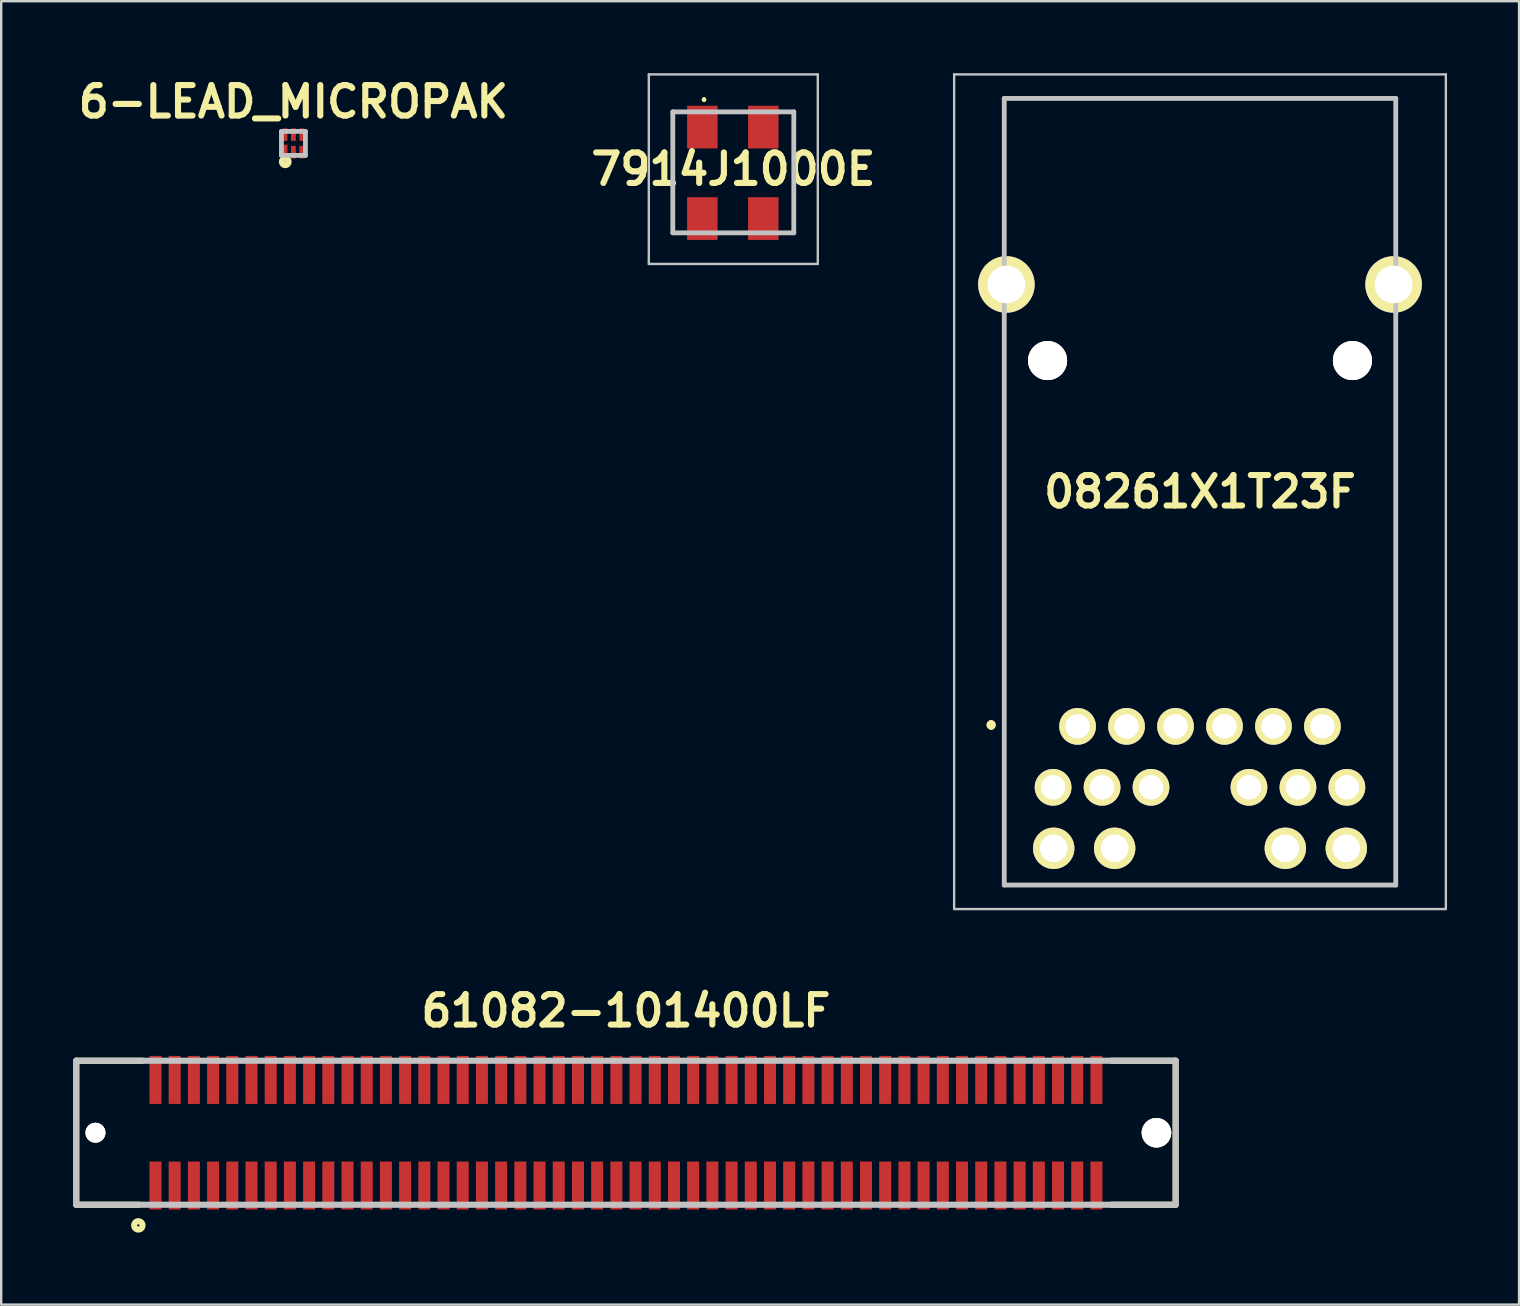
<source format=kicad_pcb>
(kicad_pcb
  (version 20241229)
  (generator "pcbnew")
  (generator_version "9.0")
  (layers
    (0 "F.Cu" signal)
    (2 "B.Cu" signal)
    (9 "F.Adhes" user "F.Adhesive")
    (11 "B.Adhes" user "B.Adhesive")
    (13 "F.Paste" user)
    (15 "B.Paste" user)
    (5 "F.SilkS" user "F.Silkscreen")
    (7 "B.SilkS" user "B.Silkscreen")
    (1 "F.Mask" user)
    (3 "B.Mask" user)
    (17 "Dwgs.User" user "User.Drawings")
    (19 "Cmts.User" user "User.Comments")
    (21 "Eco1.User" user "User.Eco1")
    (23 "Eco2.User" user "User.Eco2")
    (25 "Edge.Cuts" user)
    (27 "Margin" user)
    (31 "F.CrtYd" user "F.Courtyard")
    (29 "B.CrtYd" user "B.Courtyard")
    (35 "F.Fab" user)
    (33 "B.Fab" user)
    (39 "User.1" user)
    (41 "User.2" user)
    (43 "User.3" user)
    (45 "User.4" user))
  (footprint "61082-101400LF"
    (layer "F.Cu")
    (at 23.027 44.139)
    (property "Reference" "61082-101400LF" (at 0 -5.08 0) (layer "F.SilkS") (effects (font (size 1.27 1.27) (thickness 0.254))))
    (attr through_hole)
    (fp_line (start -22.9 -3) (end -22.9 3) (stroke (width 0.254) (type solid)) (layer "F.SilkS"))
    (fp_line (start -22.9 -3) (end -20.14 -3) (stroke (width 0.254) (type solid)) (layer "F.SilkS"))
    (fp_line (start -22.9 3) (end -20.274 3) (stroke (width 0.254) (type solid)) (layer "F.SilkS"))
    (fp_line (start 22.9 -3) (end 20.233 -3) (stroke (width 0.254) (type solid)) (layer "F.SilkS"))
    (fp_line (start 22.9 -3) (end 22.9 3) (stroke (width 0.254) (type solid)) (layer "F.SilkS"))
    (fp_line (start 22.9 3) (end 20.233 3) (stroke (width 0.254) (type solid)) (layer "F.SilkS"))
    (fp_circle (center -20.314 3.86) (end -20.488 3.86) (stroke (width 0.254) (type solid)) (fill no) (layer "F.SilkS"))
    (fp_line (start -22.9 -3) (end 22.9 -3) (stroke (width 0.254) (type solid)) (layer "Dwgs.User"))
    (fp_line (start -22.9 3) (end -22.9 -3) (stroke (width 0.254) (type solid)) (layer "Dwgs.User"))
    (fp_line (start 22.9 -3) (end 22.9 3) (stroke (width 0.254) (type solid)) (layer "Dwgs.User"))
    (fp_line (start 22.9 3) (end -22.9 3) (stroke (width 0.254) (type solid)) (layer "Dwgs.User"))
    (pad "1" smd rect (at 19.6 -2.2) (size 0.5 2) (layers "F.Cu" "F.Mask" "F.Paste"))
    (pad "2" smd rect (at 19.6 2.2) (size 0.5 2) (layers "F.Cu" "F.Mask" "F.Paste"))
    (pad "3" smd rect (at 18.8 -2.2) (size 0.5 2) (layers "F.Cu" "F.Mask" "F.Paste"))
    (pad "4" smd rect (at 18.8 2.2) (size 0.5 2) (layers "F.Cu" "F.Mask" "F.Paste"))
    (pad "5" smd rect (at 18 -2.2) (size 0.5 2) (layers "F.Cu" "F.Mask" "F.Paste"))
    (pad "6" smd rect (at 18 2.2) (size 0.5 2) (layers "F.Cu" "F.Mask" "F.Paste"))
    (pad "7" smd rect (at 17.2 -2.2) (size 0.5 2) (layers "F.Cu" "F.Mask" "F.Paste"))
    (pad "8" smd rect (at 17.2 2.2) (size 0.5 2) (layers "F.Cu" "F.Mask" "F.Paste"))
    (pad "9" smd rect (at 16.4 -2.2) (size 0.5 2) (layers "F.Cu" "F.Mask" "F.Paste"))
    (pad "10" smd rect (at 16.4 2.2) (size 0.5 2) (layers "F.Cu" "F.Mask" "F.Paste"))
    (pad "11" smd rect (at 15.6 -2.2) (size 0.5 2) (layers "F.Cu" "F.Mask" "F.Paste"))
    (pad "12" smd rect (at 15.6 2.2) (size 0.5 2) (layers "F.Cu" "F.Mask" "F.Paste"))
    (pad "13" smd rect (at 14.8 -2.2) (size 0.5 2) (layers "F.Cu" "F.Mask" "F.Paste"))
    (pad "14" smd rect (at 14.8 2.2) (size 0.5 2) (layers "F.Cu" "F.Mask" "F.Paste"))
    (pad "15" smd rect (at 14 -2.2) (size 0.5 2) (layers "F.Cu" "F.Mask" "F.Paste"))
    (pad "16" smd rect (at 14 2.2) (size 0.5 2) (layers "F.Cu" "F.Mask" "F.Paste"))
    (pad "17" smd rect (at 13.2 -2.2) (size 0.5 2) (layers "F.Cu" "F.Mask" "F.Paste"))
    (pad "18" smd rect (at 13.2 2.2) (size 0.5 2) (layers "F.Cu" "F.Mask" "F.Paste"))
    (pad "19" smd rect (at 12.4 -2.2) (size 0.5 2) (layers "F.Cu" "F.Mask" "F.Paste"))
    (pad "20" smd rect (at 12.4 2.2) (size 0.5 2) (layers "F.Cu" "F.Mask" "F.Paste"))
    (pad "21" smd rect (at 11.6 -2.2) (size 0.5 2) (layers "F.Cu" "F.Mask" "F.Paste"))
    (pad "22" smd rect (at 11.6 2.2) (size 0.5 2) (layers "F.Cu" "F.Mask" "F.Paste"))
    (pad "23" smd rect (at 10.8 -2.2) (size 0.5 2) (layers "F.Cu" "F.Mask" "F.Paste"))
    (pad "24" smd rect (at 10.8 2.2) (size 0.5 2) (layers "F.Cu" "F.Mask" "F.Paste"))
    (pad "25" smd rect (at 10 -2.2) (size 0.5 2) (layers "F.Cu" "F.Mask" "F.Paste"))
    (pad "26" smd rect (at 10 2.2) (size 0.5 2) (layers "F.Cu" "F.Mask" "F.Paste"))
    (pad "27" smd rect (at 9.2 -2.2) (size 0.5 2) (layers "F.Cu" "F.Mask" "F.Paste"))
    (pad "28" smd rect (at 9.2 2.2) (size 0.5 2) (layers "F.Cu" "F.Mask" "F.Paste"))
    (pad "29" smd rect (at 8.4 -2.2) (size 0.5 2) (layers "F.Cu" "F.Mask" "F.Paste"))
    (pad "30" smd rect (at 8.4 2.2) (size 0.5 2) (layers "F.Cu" "F.Mask" "F.Paste"))
    (pad "31" smd rect (at 7.6 -2.2) (size 0.5 2) (layers "F.Cu" "F.Mask" "F.Paste"))
    (pad "32" smd rect (at 7.6 2.2) (size 0.5 2) (layers "F.Cu" "F.Mask" "F.Paste"))
    (pad "33" smd rect (at 6.8 -2.2) (size 0.5 2) (layers "F.Cu" "F.Mask" "F.Paste"))
    (pad "34" smd rect (at 6.8 2.2) (size 0.5 2) (layers "F.Cu" "F.Mask" "F.Paste"))
    (pad "35" smd rect (at 6 -2.2) (size 0.5 2) (layers "F.Cu" "F.Mask" "F.Paste"))
    (pad "36" smd rect (at 6 2.2) (size 0.5 2) (layers "F.Cu" "F.Mask" "F.Paste"))
    (pad "37" smd rect (at 5.2 -2.2) (size 0.5 2) (layers "F.Cu" "F.Mask" "F.Paste"))
    (pad "38" smd rect (at 5.2 2.2) (size 0.5 2) (layers "F.Cu" "F.Mask" "F.Paste"))
    (pad "39" smd rect (at 4.4 -2.2) (size 0.5 2) (layers "F.Cu" "F.Mask" "F.Paste"))
    (pad "40" smd rect (at 4.4 2.2) (size 0.5 2) (layers "F.Cu" "F.Mask" "F.Paste"))
    (pad "41" smd rect (at 3.6 -2.2) (size 0.5 2) (layers "F.Cu" "F.Mask" "F.Paste"))
    (pad "42" smd rect (at 3.6 2.2) (size 0.5 2) (layers "F.Cu" "F.Mask" "F.Paste"))
    (pad "43" smd rect (at 2.8 -2.2) (size 0.5 2) (layers "F.Cu" "F.Mask" "F.Paste"))
    (pad "44" smd rect (at 2.8 2.2) (size 0.5 2) (layers "F.Cu" "F.Mask" "F.Paste"))
    (pad "45" smd rect (at 2 -2.2) (size 0.5 2) (layers "F.Cu" "F.Mask" "F.Paste"))
    (pad "46" smd rect (at 2 2.2) (size 0.5 2) (layers "F.Cu" "F.Mask" "F.Paste"))
    (pad "47" smd rect (at 1.2 -2.2) (size 0.5 2) (layers "F.Cu" "F.Mask" "F.Paste"))
    (pad "48" smd rect (at 1.2 2.2) (size 0.5 2) (layers "F.Cu" "F.Mask" "F.Paste"))
    (pad "49" smd rect (at 0.4 -2.2) (size 0.5 2) (layers "F.Cu" "F.Mask" "F.Paste"))
    (pad "50" smd rect (at 0.4 2.2) (size 0.5 2) (layers "F.Cu" "F.Mask" "F.Paste"))
    (pad "51" smd rect (at -0.4 -2.2) (size 0.5 2) (layers "F.Cu" "F.Mask" "F.Paste"))
    (pad "52" smd rect (at -0.4 2.2) (size 0.5 2) (layers "F.Cu" "F.Mask" "F.Paste"))
    (pad "53" smd rect (at -1.2 -2.2) (size 0.5 2) (layers "F.Cu" "F.Mask" "F.Paste"))
    (pad "54" smd rect (at -1.2 2.2) (size 0.5 2) (layers "F.Cu" "F.Mask" "F.Paste"))
    (pad "55" smd rect (at -2 -2.2) (size 0.5 2) (layers "F.Cu" "F.Mask" "F.Paste"))
    (pad "56" smd rect (at -2 2.2) (size 0.5 2) (layers "F.Cu" "F.Mask" "F.Paste"))
    (pad "57" smd rect (at -2.8 -2.2) (size 0.5 2) (layers "F.Cu" "F.Mask" "F.Paste"))
    (pad "58" smd rect (at -2.8 2.2) (size 0.5 2) (layers "F.Cu" "F.Mask" "F.Paste"))
    (pad "59" smd rect (at -3.6 -2.2) (size 0.5 2) (layers "F.Cu" "F.Mask" "F.Paste"))
    (pad "60" smd rect (at -3.6 2.2) (size 0.5 2) (layers "F.Cu" "F.Mask" "F.Paste"))
    (pad "61" smd rect (at -4.4 -2.2) (size 0.5 2) (layers "F.Cu" "F.Mask" "F.Paste"))
    (pad "62" smd rect (at -4.4 2.2) (size 0.5 2) (layers "F.Cu" "F.Mask" "F.Paste"))
    (pad "63" smd rect (at -5.2 -2.2) (size 0.5 2) (layers "F.Cu" "F.Mask" "F.Paste"))
    (pad "64" smd rect (at -5.2 2.2) (size 0.5 2) (layers "F.Cu" "F.Mask" "F.Paste"))
    (pad "65" smd rect (at -6 -2.2) (size 0.5 2) (layers "F.Cu" "F.Mask" "F.Paste"))
    (pad "66" smd rect (at -6 2.2) (size 0.5 2) (layers "F.Cu" "F.Mask" "F.Paste"))
    (pad "67" smd rect (at -6.8 -2.2) (size 0.5 2) (layers "F.Cu" "F.Mask" "F.Paste"))
    (pad "68" smd rect (at -6.8 2.2) (size 0.5 2) (layers "F.Cu" "F.Mask" "F.Paste"))
    (pad "69" smd rect (at -7.6 -2.2) (size 0.5 2) (layers "F.Cu" "F.Mask" "F.Paste"))
    (pad "70" smd rect (at -7.6 2.2) (size 0.5 2) (layers "F.Cu" "F.Mask" "F.Paste"))
    (pad "71" smd rect (at -8.4 -2.2) (size 0.5 2) (layers "F.Cu" "F.Mask" "F.Paste"))
    (pad "72" smd rect (at -8.4 2.2) (size 0.5 2) (layers "F.Cu" "F.Mask" "F.Paste"))
    (pad "73" smd rect (at -9.2 -2.2) (size 0.5 2) (layers "F.Cu" "F.Mask" "F.Paste"))
    (pad "74" smd rect (at -9.2 2.2) (size 0.5 2) (layers "F.Cu" "F.Mask" "F.Paste"))
    (pad "75" smd rect (at -10 -2.2) (size 0.5 2) (layers "F.Cu" "F.Mask" "F.Paste"))
    (pad "76" smd rect (at -10 2.2) (size 0.5 2) (layers "F.Cu" "F.Mask" "F.Paste"))
    (pad "77" smd rect (at -10.8 -2.2) (size 0.5 2) (layers "F.Cu" "F.Mask" "F.Paste"))
    (pad "78" smd rect (at -10.8 2.2) (size 0.5 2) (layers "F.Cu" "F.Mask" "F.Paste"))
    (pad "79" smd rect (at -11.6 -2.2) (size 0.5 2) (layers "F.Cu" "F.Mask" "F.Paste"))
    (pad "80" smd rect (at -11.6 2.2) (size 0.5 2) (layers "F.Cu" "F.Mask" "F.Paste"))
    (pad "81" smd rect (at -12.4 -2.2) (size 0.5 2) (layers "F.Cu" "F.Mask" "F.Paste"))
    (pad "82" smd rect (at -12.4 2.2) (size 0.5 2) (layers "F.Cu" "F.Mask" "F.Paste"))
    (pad "83" smd rect (at -13.2 -2.2) (size 0.5 2) (layers "F.Cu" "F.Mask" "F.Paste"))
    (pad "84" smd rect (at -13.2 2.2) (size 0.5 2) (layers "F.Cu" "F.Mask" "F.Paste"))
    (pad "85" smd rect (at -14 -2.2) (size 0.5 2) (layers "F.Cu" "F.Mask" "F.Paste"))
    (pad "86" smd rect (at -14 2.2) (size 0.5 2) (layers "F.Cu" "F.Mask" "F.Paste"))
    (pad "87" smd rect (at -14.8 -2.2) (size 0.5 2) (layers "F.Cu" "F.Mask" "F.Paste"))
    (pad "88" smd rect (at -14.8 2.2) (size 0.5 2) (layers "F.Cu" "F.Mask" "F.Paste"))
    (pad "89" smd rect (at -15.6 -2.2) (size 0.5 2) (layers "F.Cu" "F.Mask" "F.Paste"))
    (pad "90" smd rect (at -15.6 2.2) (size 0.5 2) (layers "F.Cu" "F.Mask" "F.Paste"))
    (pad "91" smd rect (at -16.4 -2.2) (size 0.5 2) (layers "F.Cu" "F.Mask" "F.Paste"))
    (pad "92" smd rect (at -16.4 2.2) (size 0.5 2) (layers "F.Cu" "F.Mask" "F.Paste"))
    (pad "93" smd rect (at -17.2 -2.2) (size 0.5 2) (layers "F.Cu" "F.Mask" "F.Paste"))
    (pad "94" smd rect (at -17.2 2.2) (size 0.5 2) (layers "F.Cu" "F.Mask" "F.Paste"))
    (pad "95" smd rect (at -18 -2.2) (size 0.5 2) (layers "F.Cu" "F.Mask" "F.Paste"))
    (pad "96" smd rect (at -18 2.2) (size 0.5 2) (layers "F.Cu" "F.Mask" "F.Paste"))
    (pad "97" smd rect (at -18.8 -2.2) (size 0.5 2) (layers "F.Cu" "F.Mask" "F.Paste"))
    (pad "98" smd rect (at -18.8 2.2) (size 0.5 2) (layers "F.Cu" "F.Mask" "F.Paste"))
    (pad "99" smd rect (at -19.6 -2.2) (size 0.5 2) (layers "F.Cu" "F.Mask" "F.Paste"))
    (pad "100" smd rect (at -19.6 2.2) (size 0.5 2) (layers "F.Cu" "F.Mask" "F.Paste"))
    (pad "101" thru_hole circle (at 22.1 0 90) (size 1.23 1.23) (drill 1.23) (layers "*.Cu" "*.Mask" "F.SilkS"))
    (pad "102" thru_hole circle (at -22.1 0 90) (size 0.83 0.83) (drill 0.83) (layers "*.Cu" "*.Mask" "F.SilkS")))
  (footprint "7914J1000E"
    (layer "F.Cu")
    (at 27.499 3.85)
    (property "Reference" "7914J1000E" (at 0 0.147 0) (layer "F.SilkS") (effects (font (size 1.27 1.27) (thickness 0.254))))
    (attr smd)
    (fp_line (start -2.52 -2.24) (end -2.52 2.8) (stroke (width 0.1) (type solid)) (layer "F.SilkS"))
    (fp_line (start -2.52 2.8) (end -2.22 2.8) (stroke (width 0.1) (type solid)) (layer "F.SilkS"))
    (fp_line (start -2.22 -2.24) (end -2.52 -2.24) (stroke (width 0.1) (type solid)) (layer "F.SilkS"))
    (fp_line (start -1.22 -2.8) (end -1.22 -2.8) (stroke (width 0.1) (type solid)) (layer "F.SilkS"))
    (fp_line (start -1.22 -2.7) (end -1.22 -2.7) (stroke (width 0.1) (type solid)) (layer "F.SilkS"))
    (fp_line (start 2.08 -2.24) (end 2.18 -2.24) (stroke (width 0.1) (type solid)) (layer "F.SilkS"))
    (fp_line (start 2.08 2.8) (end 2.52 2.8) (stroke (width 0.1) (type solid)) (layer "F.SilkS"))
    (fp_line (start 2.52 -2.24) (end 2.18 -2.24) (stroke (width 0.1) (type solid)) (layer "F.SilkS"))
    (fp_line (start 2.52 2.8) (end 2.52 -2.24) (stroke (width 0.1) (type solid)) (layer "F.SilkS"))
    (fp_arc (start -1.22 -2.8) (mid -1.17 -2.75) (end -1.22 -2.7) (stroke (width 0.1) (type solid)) (layer "F.SilkS"))
    (fp_arc (start -1.22 -2.7) (mid -1.27 -2.75) (end -1.22 -2.8) (stroke (width 0.1) (type solid)) (layer "F.SilkS"))
    (fp_line (start -3.52 -3.8) (end 3.52 -3.8) (stroke (width 0.1) (type solid)) (layer "Dwgs.User"))
    (fp_line (start -3.52 4.095) (end -3.52 -3.8) (stroke (width 0.1) (type solid)) (layer "Dwgs.User"))
    (fp_line (start -2.52 -2.24) (end 2.52 -2.24) (stroke (width 0.2) (type solid)) (layer "Dwgs.User"))
    (fp_line (start -2.52 2.8) (end -2.52 -2.24) (stroke (width 0.2) (type solid)) (layer "Dwgs.User"))
    (fp_line (start 2.52 -2.24) (end 2.52 2.8) (stroke (width 0.2) (type solid)) (layer "Dwgs.User"))
    (fp_line (start 2.52 2.8) (end -2.52 2.8) (stroke (width 0.2) (type solid)) (layer "Dwgs.User"))
    (fp_line (start 3.52 -3.8) (end 3.52 4.095) (stroke (width 0.1) (type solid)) (layer "Dwgs.User"))
    (fp_line (start 3.52 4.095) (end -3.52 4.095) (stroke (width 0.1) (type solid)) (layer "Dwgs.User"))
    (pad "1" smd rect (at -1.29 -1.605 90) (size 1.78 1.27) (layers "F.Cu" "F.Mask" "F.Paste"))
    (pad "2" smd rect (at -1.29 2.205 90) (size 1.78 1.27) (layers "F.Cu" "F.Mask" "F.Paste"))
    (pad "3" smd rect (at 1.25 -1.605 90) (size 1.78 1.27) (layers "F.Cu" "F.Mask" "F.Paste"))
    (pad "4" smd rect (at 1.25 2.205 90) (size 1.78 1.27) (layers "F.Cu" "F.Mask" "F.Paste")))
  (footprint "08261X1T23F"
    (layer "F.Cu")
    (at 46.941 17.435)
    (property "Reference" "08261X1T23F" (at 0 0 0) (layer "F.SilkS") (effects (font (size 1.27 1.27) (thickness 0.254))))
    (attr through_hole)
    (fp_line (start -8.7 9.615) (end -8.7 9.615) (stroke (width 0.2) (type solid)) (layer "F.SilkS"))
    (fp_line (start -8.7 9.815) (end -8.7 9.815) (stroke (width 0.2) (type solid)) (layer "F.SilkS"))
    (fp_line (start -8.155 -16.385) (end 8.155 -16.385) (stroke (width 0.1) (type solid)) (layer "F.SilkS"))
    (fp_line (start -8.155 -11.305) (end -8.155 -16.385) (stroke (width 0.1) (type solid)) (layer "F.SilkS"))
    (fp_line (start -8.155 -6.225) (end -8.155 16.385) (stroke (width 0.1) (type solid)) (layer "F.SilkS"))
    (fp_line (start -8.155 16.385) (end 8.155 16.385) (stroke (width 0.1) (type solid)) (layer "F.SilkS"))
    (fp_line (start 8.155 -16.385) (end 8.155 -11.305) (stroke (width 0.1) (type solid)) (layer "F.SilkS"))
    (fp_line (start 8.155 16.385) (end 8.155 -6.225) (stroke (width 0.1) (type solid)) (layer "F.SilkS"))
    (fp_arc (start -8.7 9.615) (mid -8.6 9.715) (end -8.7 9.815) (stroke (width 0.2) (type solid)) (layer "F.SilkS"))
    (fp_arc (start -8.7 9.815) (mid -8.8 9.715) (end -8.7 9.615) (stroke (width 0.2) (type solid)) (layer "F.SilkS"))
    (fp_line (start -10.242 -17.385) (end 10.242 -17.385) (stroke (width 0.1) (type solid)) (layer "Dwgs.User"))
    (fp_line (start -10.242 17.385) (end -10.242 -17.385) (stroke (width 0.1) (type solid)) (layer "Dwgs.User"))
    (fp_line (start -8.155 -16.385) (end 8.155 -16.385) (stroke (width 0.2) (type solid)) (layer "Dwgs.User"))
    (fp_line (start -8.155 16.385) (end -8.155 -16.385) (stroke (width 0.2) (type solid)) (layer "Dwgs.User"))
    (fp_line (start 8.155 -16.385) (end 8.155 16.385) (stroke (width 0.2) (type solid)) (layer "Dwgs.User"))
    (fp_line (start 8.155 16.385) (end -8.155 16.385) (stroke (width 0.2) (type solid)) (layer "Dwgs.User"))
    (fp_line (start 10.242 -17.385) (end 10.242 17.385) (stroke (width 0.1) (type solid)) (layer "Dwgs.User"))
    (fp_line (start 10.242 17.385) (end -10.242 17.385) (stroke (width 0.1) (type solid)) (layer "Dwgs.User"))
    (pad "1" thru_hole circle (at -5.1 9.775 90) (size 1.53 1.53) (drill 1.02) (layers "*.Cu" "*.Mask" "F.SilkS"))
    (pad "2" thru_hole circle (at -3.06 9.775 90) (size 1.53 1.53) (drill 1.02) (layers "*.Cu" "*.Mask" "F.SilkS"))
    (pad "3" thru_hole circle (at -1.02 9.775 90) (size 1.53 1.53) (drill 1.02) (layers "*.Cu" "*.Mask" "F.SilkS"))
    (pad "4" thru_hole circle (at 1.02 9.775 90) (size 1.53 1.53) (drill 1.02) (layers "*.Cu" "*.Mask" "F.SilkS"))
    (pad "5" thru_hole circle (at 3.06 9.775 90) (size 1.53 1.53) (drill 1.02) (layers "*.Cu" "*.Mask" "F.SilkS"))
    (pad "6" thru_hole circle (at 5.1 9.775 90) (size 1.53 1.53) (drill 1.02) (layers "*.Cu" "*.Mask" "F.SilkS"))
    (pad "7" thru_hole circle (at -6.12 12.315 90) (size 1.53 1.53) (drill 1.02) (layers "*.Cu" "*.Mask" "F.SilkS"))
    (pad "8" thru_hole circle (at -4.08 12.315 90) (size 1.53 1.53) (drill 1.02) (layers "*.Cu" "*.Mask" "F.SilkS"))
    (pad "9" thru_hole circle (at -2.04 12.315 90) (size 1.53 1.53) (drill 1.02) (layers "*.Cu" "*.Mask" "F.SilkS"))
    (pad "10" thru_hole circle (at 2.04 12.315 90) (size 1.53 1.53) (drill 1.02) (layers "*.Cu" "*.Mask" "F.SilkS"))
    (pad "11" thru_hole circle (at 4.08 12.315 90) (size 1.53 1.53) (drill 1.02) (layers "*.Cu" "*.Mask" "F.SilkS"))
    (pad "12" thru_hole circle (at 6.12 12.315 90) (size 1.53 1.53) (drill 1.02) (layers "*.Cu" "*.Mask" "F.SilkS"))
    (pad "13" thru_hole circle (at -6.095 14.855 90) (size 1.725 1.725) (drill 1.15) (layers "*.Cu" "*.Mask" "F.SilkS"))
    (pad "14" thru_hole circle (at -3.555 14.855 90) (size 1.725 1.725) (drill 1.15) (layers "*.Cu" "*.Mask" "F.SilkS"))
    (pad "15" thru_hole circle (at 3.555 14.855 90) (size 1.725 1.725) (drill 1.15) (layers "*.Cu" "*.Mask" "F.SilkS"))
    (pad "16" thru_hole circle (at 6.095 14.855 90) (size 1.725 1.725) (drill 1.15) (layers "*.Cu" "*.Mask" "F.SilkS"))
    (pad "19" thru_hole circle (at -6.35 -5.465 90) (size 1.625 1.625) (drill 3.25) (layers "*.Cu" "*.Mask" "F.SilkS"))
    (pad "20" thru_hole circle (at 6.35 -5.465 90) (size 1.625 1.625) (drill 3.25) (layers "*.Cu" "*.Mask" "F.SilkS"))
    (pad "MH1" thru_hole circle (at -8.065 -8.635 90) (size 2.355 2.355) (drill 1.57) (layers "*.Cu" "*.Mask" "F.SilkS"))
    (pad "MH2" thru_hole circle (at 8.065 -8.635 90) (size 2.355 2.355) (drill 1.57) (layers "*.Cu" "*.Mask" "F.SilkS")))
  (footprint "6-LEAD_MICROPAK"
    (layer "F.Cu")
    (at 9.174 2.924)
    (property "Reference" "6-LEAD_MICROPAK" (at 0 -1.735 0) (layer "F.SilkS") (effects (font (size 1.27 1.27) (thickness 0.254))))
    (attr smd)
    (fp_circle (center -0.34 0.768) (end -0.353 0.768) (stroke (width 0.254) (type solid)) (fill no) (layer "F.SilkS"))
    (fp_line (start -0.5 -0.5) (end -0.5 0.5) (stroke (width 0.2) (type solid)) (layer "Dwgs.User"))
    (fp_line (start -0.5 0.5) (end 0.5 0.5) (stroke (width 0.2) (type solid)) (layer "Dwgs.User"))
    (fp_line (start 0.5 -0.5) (end -0.5 -0.5) (stroke (width 0.2) (type solid)) (layer "Dwgs.User"))
    (fp_line (start 0.5 0.5) (end 0.5 -0.5) (stroke (width 0.2) (type solid)) (layer "Dwgs.User"))
    (pad "1" smd rect (at -0.35 0.34) (size 0.2 0.57) (layers "F.Cu" "F.Mask" "F.Paste"))
    (pad "2" smd rect (at 0 0.365) (size 0.2 0.52) (layers "F.Cu" "F.Mask" "F.Paste"))
    (pad "3" smd rect (at 0.35 0.365) (size 0.2 0.52) (layers "F.Cu" "F.Mask" "F.Paste"))
    (pad "4" smd rect (at 0.35 -0.365) (size 0.2 0.52) (layers "F.Cu" "F.Mask" "F.Paste"))
    (pad "5" smd rect (at 0 -0.365) (size 0.2 0.52) (layers "F.Cu" "F.Mask" "F.Paste"))
    (pad "6" smd rect (at -0.35 -0.365) (size 0.2 0.52) (layers "F.Cu" "F.Mask" "F.Paste")))
  (gr_rect
    (start -3 -3)
    (end 60.233 51.3)
    (stroke (width 0.1) (type default))
    (fill no)
    (layer "Edge.Cuts")))
</source>
